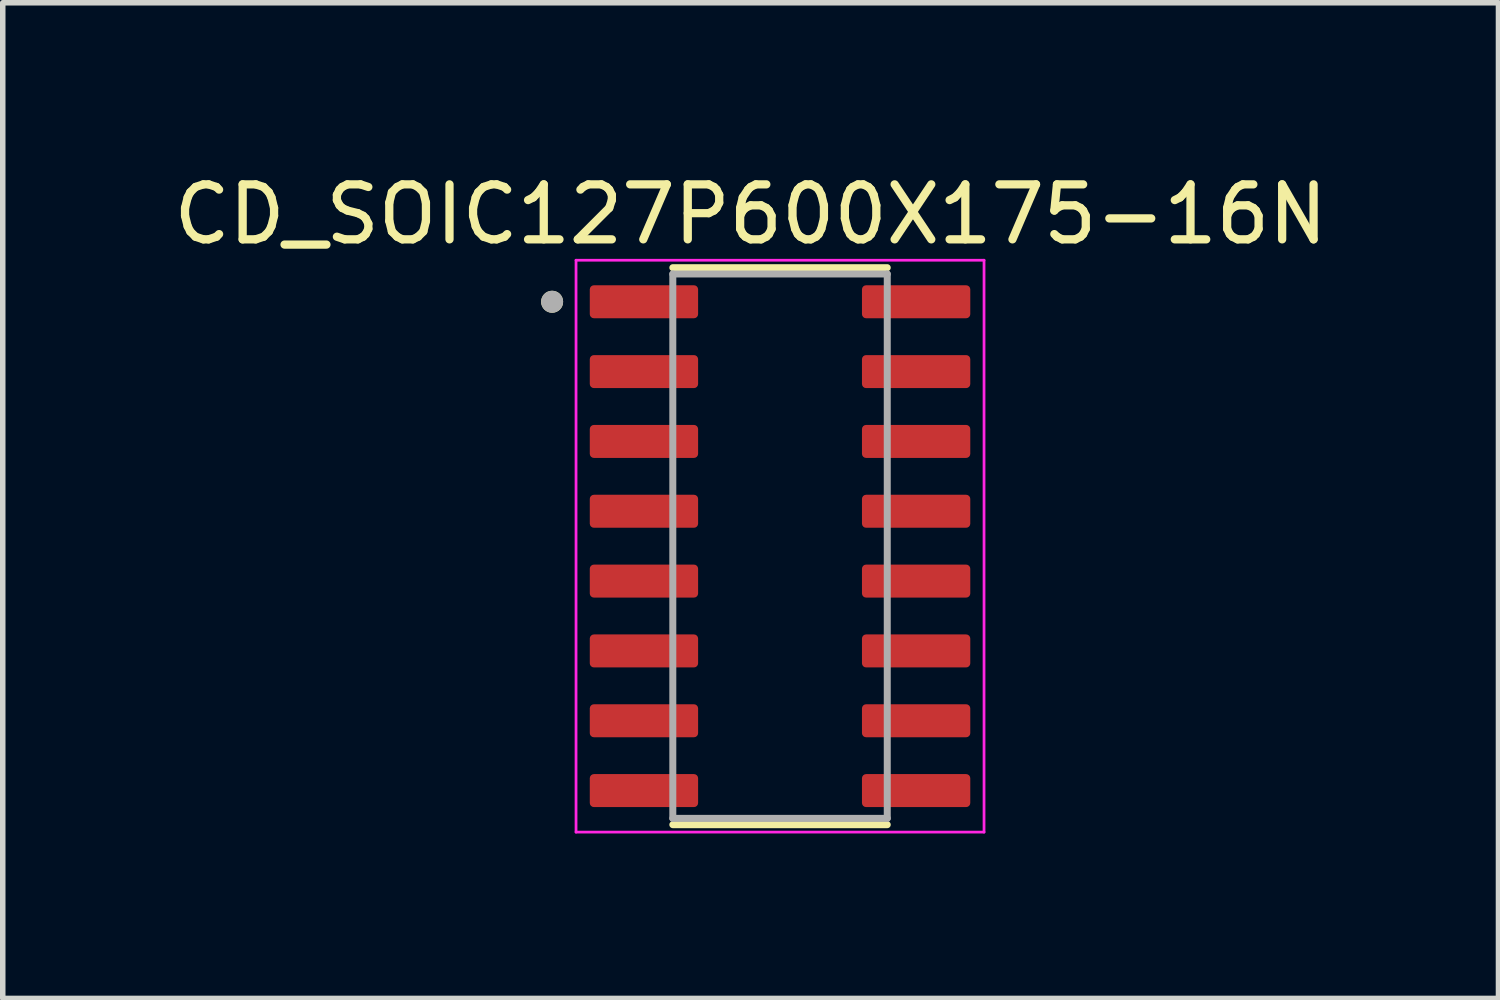
<source format=kicad_pcb>
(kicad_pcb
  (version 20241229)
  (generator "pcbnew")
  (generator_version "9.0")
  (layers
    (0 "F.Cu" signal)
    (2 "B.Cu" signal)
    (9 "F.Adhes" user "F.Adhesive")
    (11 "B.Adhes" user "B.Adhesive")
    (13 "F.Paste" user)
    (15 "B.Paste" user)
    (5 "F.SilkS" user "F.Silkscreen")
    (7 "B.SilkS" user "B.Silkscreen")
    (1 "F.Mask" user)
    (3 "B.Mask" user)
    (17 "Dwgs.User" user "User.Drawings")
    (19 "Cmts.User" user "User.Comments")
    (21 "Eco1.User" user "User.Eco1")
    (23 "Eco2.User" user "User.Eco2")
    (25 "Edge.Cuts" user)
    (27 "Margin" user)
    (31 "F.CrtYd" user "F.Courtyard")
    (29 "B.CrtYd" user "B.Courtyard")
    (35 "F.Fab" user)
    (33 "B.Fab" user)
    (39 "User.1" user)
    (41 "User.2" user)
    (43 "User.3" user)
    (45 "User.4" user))
  (footprint "CD_SOIC127P600X175-16N"
    (layer "F.Cu")
    (at 11.136 6.883)
    (property "Reference" "CD_SOIC127P600X175-16N" (at -0.535 -6.035 0) (layer "F.SilkS") (effects (font (size 1 1) (thickness 0.15))))
    (attr smd)
    (fp_line (start -1.95 -5.065) (end 1.95 -5.065) (stroke (width 0.127) (type solid)) (layer "F.SilkS"))
    (fp_line (start -1.95 5.065) (end 1.95 5.065) (stroke (width 0.127) (type solid)) (layer "F.SilkS"))
    (fp_circle (center -4.145 -4.445) (end -4.045 -4.445) (stroke (width 0.2) (type solid)) (fill no) (layer "F.SilkS"))
    (fp_line (start -3.71 -5.2) (end -3.71 5.2) (stroke (width 0.05) (type solid)) (layer "F.CrtYd"))
    (fp_line (start -3.71 -5.2) (end 3.71 -5.2) (stroke (width 0.05) (type solid)) (layer "F.CrtYd"))
    (fp_line (start -3.71 5.2) (end 3.71 5.2) (stroke (width 0.05) (type solid)) (layer "F.CrtYd"))
    (fp_line (start 3.71 -5.2) (end 3.71 5.2) (stroke (width 0.05) (type solid)) (layer "F.CrtYd"))
    (fp_line (start -1.95 -4.95) (end -1.95 4.95) (stroke (width 0.127) (type solid)) (layer "F.Fab"))
    (fp_line (start -1.95 -4.95) (end 1.95 -4.95) (stroke (width 0.127) (type solid)) (layer "F.Fab"))
    (fp_line (start -1.95 4.95) (end 1.95 4.95) (stroke (width 0.127) (type solid)) (layer "F.Fab"))
    (fp_line (start 1.95 -4.95) (end 1.95 4.95) (stroke (width 0.127) (type solid)) (layer "F.Fab"))
    (fp_circle (center -4.145 -4.445) (end -4.045 -4.445) (stroke (width 0.2) (type solid)) (fill no) (layer "F.Fab"))
    (pad "1" smd roundrect (at -2.475 -4.445) (size 1.97 0.6) (layers "F.Cu" "F.Mask" "F.Paste") (roundrect_rratio 0.125))
    (pad "2" smd roundrect (at -2.475 -3.175) (size 1.97 0.6) (layers "F.Cu" "F.Mask" "F.Paste") (roundrect_rratio 0.125))
    (pad "3" smd roundrect (at -2.475 -1.905) (size 1.97 0.6) (layers "F.Cu" "F.Mask" "F.Paste") (roundrect_rratio 0.125))
    (pad "4" smd roundrect (at -2.475 -0.635) (size 1.97 0.6) (layers "F.Cu" "F.Mask" "F.Paste") (roundrect_rratio 0.125))
    (pad "5" smd roundrect (at -2.475 0.635) (size 1.97 0.6) (layers "F.Cu" "F.Mask" "F.Paste") (roundrect_rratio 0.125))
    (pad "6" smd roundrect (at -2.475 1.905) (size 1.97 0.6) (layers "F.Cu" "F.Mask" "F.Paste") (roundrect_rratio 0.125))
    (pad "7" smd roundrect (at -2.475 3.175) (size 1.97 0.6) (layers "F.Cu" "F.Mask" "F.Paste") (roundrect_rratio 0.125))
    (pad "8" smd roundrect (at -2.475 4.445) (size 1.97 0.6) (layers "F.Cu" "F.Mask" "F.Paste") (roundrect_rratio 0.125))
    (pad "9" smd roundrect (at 2.475 4.445) (size 1.97 0.6) (layers "F.Cu" "F.Mask" "F.Paste") (roundrect_rratio 0.125))
    (pad "10" smd roundrect (at 2.475 3.175) (size 1.97 0.6) (layers "F.Cu" "F.Mask" "F.Paste") (roundrect_rratio 0.125))
    (pad "11" smd roundrect (at 2.475 1.905) (size 1.97 0.6) (layers "F.Cu" "F.Mask" "F.Paste") (roundrect_rratio 0.125))
    (pad "12" smd roundrect (at 2.475 0.635) (size 1.97 0.6) (layers "F.Cu" "F.Mask" "F.Paste") (roundrect_rratio 0.125))
    (pad "13" smd roundrect (at 2.475 -0.635) (size 1.97 0.6) (layers "F.Cu" "F.Mask" "F.Paste") (roundrect_rratio 0.125))
    (pad "14" smd roundrect (at 2.475 -1.905) (size 1.97 0.6) (layers "F.Cu" "F.Mask" "F.Paste") (roundrect_rratio 0.125))
    (pad "15" smd roundrect (at 2.475 -3.175) (size 1.97 0.6) (layers "F.Cu" "F.Mask" "F.Paste") (roundrect_rratio 0.125))
    (pad "16" smd roundrect (at 2.475 -4.445) (size 1.97 0.6) (layers "F.Cu" "F.Mask" "F.Paste") (roundrect_rratio 0.125)))
  (gr_rect
    (start -3 -3)
    (end 24.202 15.108)
    (stroke (width 0.1) (type default))
    (fill no)
    (layer "Edge.Cuts")))
</source>
